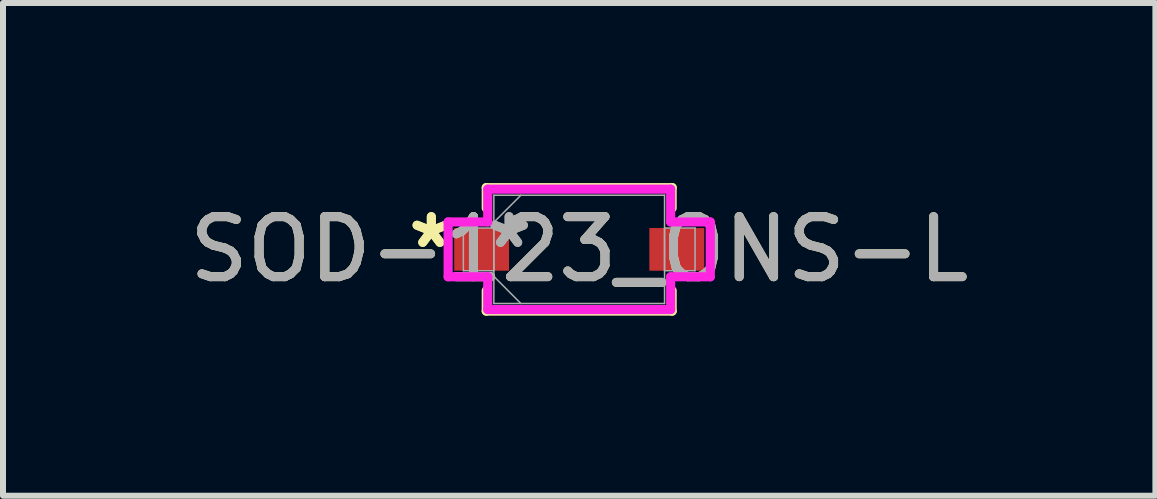
<source format=kicad_pcb>
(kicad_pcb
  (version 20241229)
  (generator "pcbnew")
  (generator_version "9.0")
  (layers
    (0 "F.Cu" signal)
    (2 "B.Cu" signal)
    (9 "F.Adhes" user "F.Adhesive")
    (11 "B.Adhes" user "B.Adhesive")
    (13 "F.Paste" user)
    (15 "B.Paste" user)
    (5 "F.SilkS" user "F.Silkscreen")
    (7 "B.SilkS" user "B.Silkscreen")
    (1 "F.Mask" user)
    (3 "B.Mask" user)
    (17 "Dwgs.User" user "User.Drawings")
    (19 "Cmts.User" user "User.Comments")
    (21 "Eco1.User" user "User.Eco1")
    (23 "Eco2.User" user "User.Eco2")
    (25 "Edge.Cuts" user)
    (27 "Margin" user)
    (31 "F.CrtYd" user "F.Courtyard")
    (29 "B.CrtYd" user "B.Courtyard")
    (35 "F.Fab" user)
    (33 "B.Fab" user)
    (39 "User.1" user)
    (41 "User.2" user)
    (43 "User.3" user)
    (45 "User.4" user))
  (footprint "SOD-123_ONS-L"
    (layer "F.Cu")
    (at 6.601 1.105)
    (property "Reference" "SOD-123_ONS-L" (at 0 0 0) (unlocked yes) (layer "F.SilkS") (effects (font (size 1 1) (thickness 0.15))))
    (attr smd)
    (fp_line (start -1.549 -1.029) (end -1.549 -0.688) (stroke (width 0.152) (type solid)) (layer "F.SilkS"))
    (fp_line (start -1.549 0.688) (end -1.549 1.029) (stroke (width 0.152) (type solid)) (layer "F.SilkS"))
    (fp_line (start -1.549 1.029) (end 1.549 1.029) (stroke (width 0.152) (type solid)) (layer "F.SilkS"))
    (fp_line (start 1.549 -1.029) (end -1.549 -1.029) (stroke (width 0.152) (type solid)) (layer "F.SilkS"))
    (fp_line (start 1.549 -0.688) (end 1.549 -1.029) (stroke (width 0.152) (type solid)) (layer "F.SilkS"))
    (fp_line (start 1.549 1.029) (end 1.549 0.688) (stroke (width 0.152) (type solid)) (layer "F.SilkS"))
    (fp_line (start -2.184 -0.457) (end -1.524 -0.457) (stroke (width 0.152) (type solid)) (layer "F.CrtYd"))
    (fp_line (start -2.184 0.457) (end -2.184 -0.457) (stroke (width 0.152) (type solid)) (layer "F.CrtYd"))
    (fp_line (start -1.524 -1.003) (end 1.524 -1.003) (stroke (width 0.152) (type solid)) (layer "F.CrtYd"))
    (fp_line (start -1.524 -0.457) (end -1.524 -1.003) (stroke (width 0.152) (type solid)) (layer "F.CrtYd"))
    (fp_line (start -1.524 0.457) (end -2.184 0.457) (stroke (width 0.152) (type solid)) (layer "F.CrtYd"))
    (fp_line (start -1.524 1.003) (end -1.524 0.457) (stroke (width 0.152) (type solid)) (layer "F.CrtYd"))
    (fp_line (start 1.524 -1.003) (end 1.524 -0.457) (stroke (width 0.152) (type solid)) (layer "F.CrtYd"))
    (fp_line (start 1.524 -0.457) (end 2.184 -0.457) (stroke (width 0.152) (type solid)) (layer "F.CrtYd"))
    (fp_line (start 1.524 0.457) (end 1.524 1.003) (stroke (width 0.152) (type solid)) (layer "F.CrtYd"))
    (fp_line (start 1.524 1.003) (end -1.524 1.003) (stroke (width 0.152) (type solid)) (layer "F.CrtYd"))
    (fp_line (start 2.184 -0.457) (end 2.184 0.457) (stroke (width 0.152) (type solid)) (layer "F.CrtYd"))
    (fp_line (start 2.184 0.457) (end 1.524 0.457) (stroke (width 0.152) (type solid)) (layer "F.CrtYd"))
    (fp_line (start -1.93 -0.356) (end -1.93 0.356) (stroke (width 0.025) (type solid)) (layer "F.Fab"))
    (fp_line (start -1.93 0.356) (end -1.422 0.356) (stroke (width 0.025) (type solid)) (layer "F.Fab"))
    (fp_line (start -1.422 -0.902) (end -1.422 0.902) (stroke (width 0.025) (type solid)) (layer "F.Fab"))
    (fp_line (start -1.422 -0.451) (end -0.972 -0.902) (stroke (width 0.025) (type solid)) (layer "F.Fab"))
    (fp_line (start -1.422 -0.356) (end -1.93 -0.356) (stroke (width 0.025) (type solid)) (layer "F.Fab"))
    (fp_line (start -1.422 0.356) (end -1.422 -0.356) (stroke (width 0.025) (type solid)) (layer "F.Fab"))
    (fp_line (start -1.422 0.451) (end -0.972 0.902) (stroke (width 0.025) (type solid)) (layer "F.Fab"))
    (fp_line (start -1.422 0.902) (end 1.422 0.902) (stroke (width 0.025) (type solid)) (layer "F.Fab"))
    (fp_line (start 1.422 -0.902) (end -1.422 -0.902) (stroke (width 0.025) (type solid)) (layer "F.Fab"))
    (fp_line (start 1.422 -0.356) (end 1.422 0.356) (stroke (width 0.025) (type solid)) (layer "F.Fab"))
    (fp_line (start 1.422 0.356) (end 1.93 0.356) (stroke (width 0.025) (type solid)) (layer "F.Fab"))
    (fp_line (start 1.422 0.902) (end 1.422 -0.902) (stroke (width 0.025) (type solid)) (layer "F.Fab"))
    (fp_line (start 1.93 -0.356) (end 1.422 -0.356) (stroke (width 0.025) (type solid)) (layer "F.Fab"))
    (fp_line (start 1.93 0.356) (end 1.93 -0.356) (stroke (width 0.025) (type solid)) (layer "F.Fab"))
    (fp_text user "*" (at -2.464 0 0) (unlocked yes) (layer "F.SilkS") (effects (font (size 1 1) (thickness 0.15))))
    (fp_text user "*" (at -2.464 0 0) (layer "F.SilkS") (effects (font (size 1 1) (thickness 0.15))))
    (fp_text user "*" (at -1.168 0 0) (layer "F.Fab") (effects (font (size 1 1) (thickness 0.15))))
    (fp_text user "${REFERENCE}" (at 0 0 0) (unlocked yes) (layer "F.Fab") (effects (font (size 1 1) (thickness 0.15))))
    (fp_text user "*" (at -1.168 0 0) (unlocked yes) (layer "F.Fab") (effects (font (size 1 1) (thickness 0.15))))
    (pad "1" smd rect (at -1.626 0) (size 0.914 0.711) (layers "F.Cu" "F.Mask" "F.Paste"))
    (pad "2" smd rect (at 1.626 0) (size 0.914 0.711) (layers "F.Cu" "F.Mask" "F.Paste")))
  (gr_rect
    (start -3 -3)
    (end 16.202 5.21)
    (stroke (width 0.1) (type default))
    (fill no)
    (layer "Edge.Cuts")))
</source>
